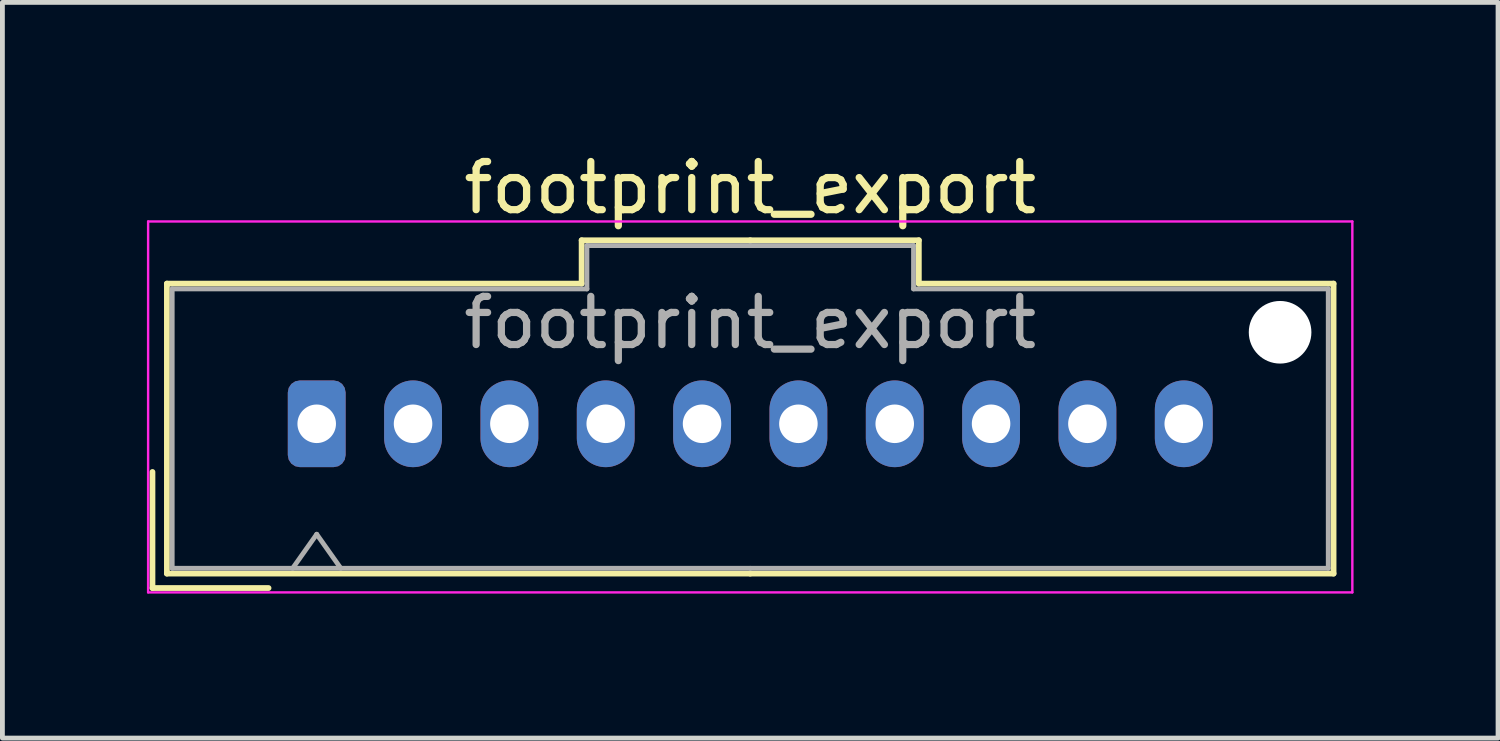
<source format=kicad_pcb>
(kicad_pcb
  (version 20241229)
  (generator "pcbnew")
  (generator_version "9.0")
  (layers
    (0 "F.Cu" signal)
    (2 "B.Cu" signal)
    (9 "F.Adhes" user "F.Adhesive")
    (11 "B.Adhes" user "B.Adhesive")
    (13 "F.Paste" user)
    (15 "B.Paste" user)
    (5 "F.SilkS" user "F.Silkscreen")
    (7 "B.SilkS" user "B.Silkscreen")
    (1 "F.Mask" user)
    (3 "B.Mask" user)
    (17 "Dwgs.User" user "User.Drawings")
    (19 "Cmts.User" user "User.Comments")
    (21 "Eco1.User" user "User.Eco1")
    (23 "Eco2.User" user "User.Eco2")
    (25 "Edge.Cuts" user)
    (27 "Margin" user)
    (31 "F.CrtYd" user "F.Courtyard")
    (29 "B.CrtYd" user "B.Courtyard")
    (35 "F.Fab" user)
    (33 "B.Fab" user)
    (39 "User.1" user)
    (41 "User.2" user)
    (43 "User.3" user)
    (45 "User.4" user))
  (footprint "footprint_export"
    (layer "F.Cu")
    (at 3.525 5.748)
    (property "Reference" "footprint_export" (at 9 -4.9 0) (layer "F.SilkS") (effects (font (size 1 1) (thickness 0.15))))
    (attr through_hole)
    (fp_line (start -3.41 1) (end -3.41 3.41) (stroke (width 0.12) (type solid)) (layer "F.SilkS"))
    (fp_line (start -3.41 3.41) (end -1 3.41) (stroke (width 0.12) (type solid)) (layer "F.SilkS"))
    (fp_line (start -3.11 -2.91) (end -3.11 3.11) (stroke (width 0.12) (type solid)) (layer "F.SilkS"))
    (fp_line (start -3.11 3.11) (end 9 3.11) (stroke (width 0.12) (type solid)) (layer "F.SilkS"))
    (fp_line (start 5.5 -3.81) (end 5.5 -2.91) (stroke (width 0.12) (type solid)) (layer "F.SilkS"))
    (fp_line (start 5.5 -2.91) (end -3.11 -2.91) (stroke (width 0.12) (type solid)) (layer "F.SilkS"))
    (fp_line (start 9 -3.81) (end 5.5 -3.81) (stroke (width 0.12) (type solid)) (layer "F.SilkS"))
    (fp_line (start 9 -3.81) (end 12.5 -3.81) (stroke (width 0.12) (type solid)) (layer "F.SilkS"))
    (fp_line (start 12.5 -3.81) (end 12.5 -2.91) (stroke (width 0.12) (type solid)) (layer "F.SilkS"))
    (fp_line (start 12.5 -2.91) (end 21.11 -2.91) (stroke (width 0.12) (type solid)) (layer "F.SilkS"))
    (fp_line (start 21.11 -2.91) (end 21.11 3.11) (stroke (width 0.12) (type solid)) (layer "F.SilkS"))
    (fp_line (start 21.11 3.11) (end 9 3.11) (stroke (width 0.12) (type solid)) (layer "F.SilkS"))
    (fp_line (start -3.5 -4.2) (end -3.5 3.5) (stroke (width 0.05) (type solid)) (layer "F.CrtYd"))
    (fp_line (start -3.5 3.5) (end 21.5 3.5) (stroke (width 0.05) (type solid)) (layer "F.CrtYd"))
    (fp_line (start 21.5 -4.2) (end -3.5 -4.2) (stroke (width 0.05) (type solid)) (layer "F.CrtYd"))
    (fp_line (start 21.5 3.5) (end 21.5 -4.2) (stroke (width 0.05) (type solid)) (layer "F.CrtYd"))
    (fp_line (start -3 -2.8) (end -3 3) (stroke (width 0.1) (type solid)) (layer "F.Fab"))
    (fp_line (start -3 3) (end 9 3) (stroke (width 0.1) (type solid)) (layer "F.Fab"))
    (fp_line (start -0.5 3) (end 0 2.293) (stroke (width 0.1) (type solid)) (layer "F.Fab"))
    (fp_line (start 0 2.293) (end 0.5 3) (stroke (width 0.1) (type solid)) (layer "F.Fab"))
    (fp_line (start 5.61 -3.7) (end 5.61 -2.8) (stroke (width 0.1) (type solid)) (layer "F.Fab"))
    (fp_line (start 5.61 -2.8) (end -3 -2.8) (stroke (width 0.1) (type solid)) (layer "F.Fab"))
    (fp_line (start 9 -3.7) (end 5.61 -3.7) (stroke (width 0.1) (type solid)) (layer "F.Fab"))
    (fp_line (start 9 -3.7) (end 12.39 -3.7) (stroke (width 0.1) (type solid)) (layer "F.Fab"))
    (fp_line (start 12.39 -3.7) (end 12.39 -2.8) (stroke (width 0.1) (type solid)) (layer "F.Fab"))
    (fp_line (start 12.39 -2.8) (end 21 -2.8) (stroke (width 0.1) (type solid)) (layer "F.Fab"))
    (fp_line (start 21 -2.8) (end 21 3) (stroke (width 0.1) (type solid)) (layer "F.Fab"))
    (fp_line (start 21 3) (end 9 3) (stroke (width 0.1) (type solid)) (layer "F.Fab"))
    (fp_text user "${REFERENCE}" (at 9 -2.1 0) (layer "F.Fab") (effects (font (size 1 1) (thickness 0.15))))
    (pad "" np_thru_hole circle (at 20 -1.9) (size 1.3 1.3) (drill 1.3) (layers "*.Cu" "*.Mask"))
    (pad "1" thru_hole roundrect (at 0 0) (size 1.2 1.8) (drill 0.8) (layers "*.Cu" "*.Mask") (roundrect_rratio 0.208))
    (pad "2" thru_hole oval (at 2 0) (size 1.2 1.8) (drill 0.8) (layers "*.Cu" "*.Mask"))
    (pad "3" thru_hole oval (at 4 0) (size 1.2 1.8) (drill 0.8) (layers "*.Cu" "*.Mask"))
    (pad "4" thru_hole oval (at 6 0) (size 1.2 1.8) (drill 0.8) (layers "*.Cu" "*.Mask"))
    (pad "5" thru_hole oval (at 8 0) (size 1.2 1.8) (drill 0.8) (layers "*.Cu" "*.Mask"))
    (pad "6" thru_hole oval (at 10 0) (size 1.2 1.8) (drill 0.8) (layers "*.Cu" "*.Mask"))
    (pad "7" thru_hole oval (at 12 0) (size 1.2 1.8) (drill 0.8) (layers "*.Cu" "*.Mask"))
    (pad "8" thru_hole oval (at 14 0) (size 1.2 1.8) (drill 0.8) (layers "*.Cu" "*.Mask"))
    (pad "9" thru_hole oval (at 16 0) (size 1.2 1.8) (drill 0.8) (layers "*.Cu" "*.Mask"))
    (pad "10" thru_hole oval (at 18 0) (size 1.2 1.8) (drill 0.8) (layers "*.Cu" "*.Mask")))
  (gr_rect
    (start -3 -3)
    (end 28.05 12.273)
    (stroke (width 0.1) (type default))
    (fill no)
    (layer "Edge.Cuts")))
</source>
